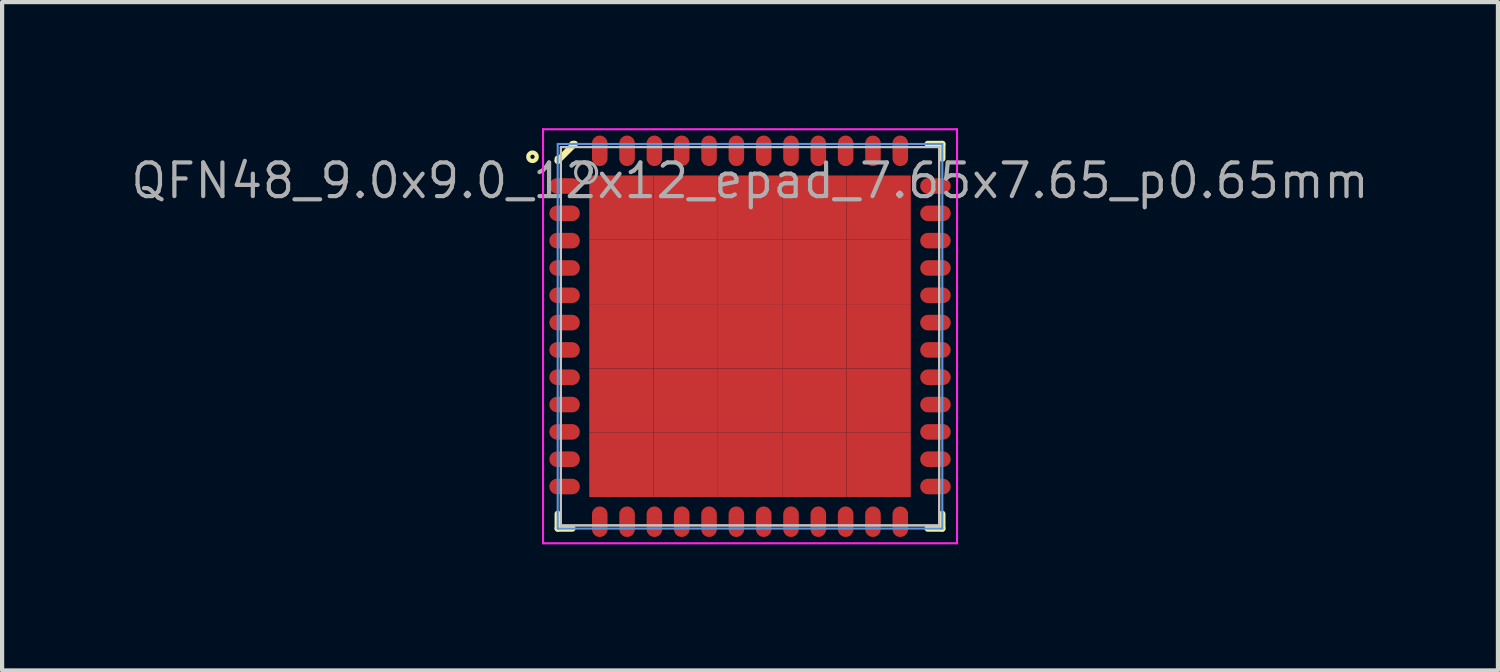
<source format=kicad_pcb>
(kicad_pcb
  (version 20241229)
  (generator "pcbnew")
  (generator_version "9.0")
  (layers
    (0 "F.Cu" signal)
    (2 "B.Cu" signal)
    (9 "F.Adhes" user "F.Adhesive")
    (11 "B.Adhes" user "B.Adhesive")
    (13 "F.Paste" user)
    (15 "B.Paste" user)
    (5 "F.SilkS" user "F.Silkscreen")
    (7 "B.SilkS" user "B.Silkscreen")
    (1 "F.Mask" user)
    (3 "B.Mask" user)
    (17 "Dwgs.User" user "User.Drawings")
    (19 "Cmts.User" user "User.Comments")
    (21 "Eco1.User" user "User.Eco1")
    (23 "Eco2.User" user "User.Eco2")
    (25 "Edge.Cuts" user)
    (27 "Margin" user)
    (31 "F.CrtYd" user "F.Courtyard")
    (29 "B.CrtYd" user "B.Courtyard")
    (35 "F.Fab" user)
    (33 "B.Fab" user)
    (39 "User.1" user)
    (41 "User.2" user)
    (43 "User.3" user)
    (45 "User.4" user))
  (footprint "QFN48_9.0x9.0_12x12_epad_7.65x7.65_p0.65mm"
    (layer "F.Cu")
    (at 14.794 4.95)
    (property "Reference" "QFN48_9.0x9.0_12x12_epad_7.65x7.65_p0.65mm" (at 0 -3.7 0) (layer "F.Fab") (effects (font (size 0.8 0.8) (thickness 0.1))))
    (attr through_hole)
    (fp_line (start -4.575 -4.175) (end -4.575 -4.225) (stroke (width 0.15) (type solid)) (layer "F.SilkS"))
    (fp_line (start -4.575 -4.175) (end -4.175 -4.575) (stroke (width 0.15) (type solid)) (layer "F.SilkS"))
    (fp_line (start -4.575 4.575) (end -4.575 4.225) (stroke (width 0.15) (type solid)) (layer "F.SilkS"))
    (fp_line (start -4.575 4.575) (end -4.225 4.575) (stroke (width 0.15) (type solid)) (layer "F.SilkS"))
    (fp_line (start -4.225 -4.575) (end -4.175 -4.575) (stroke (width 0.15) (type solid)) (layer "F.SilkS"))
    (fp_line (start 4.575 -4.575) (end 4.225 -4.575) (stroke (width 0.15) (type solid)) (layer "F.SilkS"))
    (fp_line (start 4.575 -4.575) (end 4.575 -4.225) (stroke (width 0.15) (type solid)) (layer "F.SilkS"))
    (fp_line (start 4.575 4.575) (end 4.225 4.575) (stroke (width 0.15) (type solid)) (layer "F.SilkS"))
    (fp_line (start 4.575 4.575) (end 4.575 4.225) (stroke (width 0.15) (type solid)) (layer "F.SilkS"))
    (fp_circle (center -5.175 -4.27) (end -5.104 -4.199) (stroke (width 0.1) (type solid)) (fill no) (layer "F.SilkS"))
    (fp_line (start -4.5 -4.5) (end -4.5 4.5) (stroke (width 0.05) (type solid)) (layer "Dwgs.User"))
    (fp_line (start -4.5 -4.5) (end 4.5 -4.5) (stroke (width 0.05) (type solid)) (layer "Dwgs.User"))
    (fp_line (start -4.5 4.5) (end 4.5 4.5) (stroke (width 0.05) (type solid)) (layer "Dwgs.User"))
    (fp_line (start 4.5 -4.5) (end 4.5 4.5) (stroke (width 0.05) (type solid)) (layer "Dwgs.User"))
    (fp_line (start -4.575 -4.575) (end -4.575 4.575) (stroke (width 0.05) (type solid)) (layer "Cmts.User"))
    (fp_line (start -4.575 -4.575) (end 4.575 -4.575) (stroke (width 0.05) (type solid)) (layer "Cmts.User"))
    (fp_line (start -4.575 4.575) (end 4.575 4.575) (stroke (width 0.05) (type solid)) (layer "Cmts.User"))
    (fp_line (start 4.575 -4.575) (end 4.575 4.575) (stroke (width 0.05) (type solid)) (layer "Cmts.User"))
    (fp_line (start -4.425 -4.425) (end -4.425 4.425) (stroke (width 0.05) (type solid)) (layer "Eco1.User"))
    (fp_line (start -4.425 -4.425) (end 4.425 -4.425) (stroke (width 0.05) (type solid)) (layer "Eco1.User"))
    (fp_line (start -4.425 4.425) (end 4.425 4.425) (stroke (width 0.05) (type solid)) (layer "Eco1.User"))
    (fp_line (start 4.425 -4.425) (end 4.425 4.425) (stroke (width 0.05) (type solid)) (layer "Eco1.User"))
    (fp_line (start -4.925 -4.925) (end -4.925 4.925) (stroke (width 0.05) (type solid)) (layer "F.CrtYd"))
    (fp_line (start -4.925 -4.925) (end 4.925 -4.925) (stroke (width 0.05) (type solid)) (layer "F.CrtYd"))
    (fp_line (start -4.925 4.925) (end 4.925 4.925) (stroke (width 0.05) (type solid)) (layer "F.CrtYd"))
    (fp_line (start 4.925 -4.925) (end 4.925 4.925) (stroke (width 0.05) (type solid)) (layer "F.CrtYd"))
    (fp_line (start -4.5 -4.5) (end -4.5 4.5) (stroke (width 0.05) (type solid)) (layer "F.Fab"))
    (fp_line (start -4.5 -4.5) (end 4.5 -4.5) (stroke (width 0.05) (type solid)) (layer "F.Fab"))
    (fp_line (start -4.5 4.5) (end 4.5 4.5) (stroke (width 0.05) (type solid)) (layer "F.Fab"))
    (fp_line (start 4.5 -4.5) (end 4.5 4.5) (stroke (width 0.05) (type solid)) (layer "F.Fab"))
    (fp_circle (center -3.9 -3.9) (end -3.723 -3.723) (stroke (width 0.075) (type solid)) (fill no) (layer "F.Fab"))
    (pad "1" smd oval (at -4.412 -3.575 180) (size 0.725 0.37) (layers "F.Cu" "F.Mask" "F.Paste"))
    (pad "2" smd oval (at -4.412 -2.925 180) (size 0.725 0.37) (layers "F.Cu" "F.Mask" "F.Paste"))
    (pad "3" smd oval (at -4.412 -2.275 180) (size 0.725 0.37) (layers "F.Cu" "F.Mask" "F.Paste"))
    (pad "4" smd oval (at -4.412 -1.625 180) (size 0.725 0.37) (layers "F.Cu" "F.Mask" "F.Paste"))
    (pad "5" smd oval (at -4.412 -0.975 180) (size 0.725 0.37) (layers "F.Cu" "F.Mask" "F.Paste"))
    (pad "6" smd oval (at -4.412 -0.325 180) (size 0.725 0.37) (layers "F.Cu" "F.Mask" "F.Paste"))
    (pad "7" smd oval (at -4.412 0.325 180) (size 0.725 0.37) (layers "F.Cu" "F.Mask" "F.Paste"))
    (pad "8" smd oval (at -4.412 0.975 180) (size 0.725 0.37) (layers "F.Cu" "F.Mask" "F.Paste"))
    (pad "9" smd oval (at -4.412 1.625 180) (size 0.725 0.37) (layers "F.Cu" "F.Mask" "F.Paste"))
    (pad "10" smd oval (at -4.412 2.275 180) (size 0.725 0.37) (layers "F.Cu" "F.Mask" "F.Paste"))
    (pad "11" smd oval (at -4.412 2.925 180) (size 0.725 0.37) (layers "F.Cu" "F.Mask" "F.Paste"))
    (pad "12" smd oval (at -4.412 3.575 180) (size 0.725 0.37) (layers "F.Cu" "F.Mask" "F.Paste"))
    (pad "13" smd oval (at -3.575 4.412 270) (size 0.725 0.37) (layers "F.Cu" "F.Mask" "F.Paste"))
    (pad "14" smd oval (at -2.925 4.412 270) (size 0.725 0.37) (layers "F.Cu" "F.Mask" "F.Paste"))
    (pad "15" smd oval (at -2.275 4.412 270) (size 0.725 0.37) (layers "F.Cu" "F.Mask" "F.Paste"))
    (pad "16" smd oval (at -1.625 4.412 270) (size 0.725 0.37) (layers "F.Cu" "F.Mask" "F.Paste"))
    (pad "17" smd oval (at -0.975 4.412 270) (size 0.725 0.37) (layers "F.Cu" "F.Mask" "F.Paste"))
    (pad "18" smd oval (at -0.325 4.412 270) (size 0.725 0.37) (layers "F.Cu" "F.Mask" "F.Paste"))
    (pad "19" smd oval (at 0.325 4.412 270) (size 0.725 0.37) (layers "F.Cu" "F.Mask" "F.Paste"))
    (pad "20" smd oval (at 0.975 4.412 270) (size 0.725 0.37) (layers "F.Cu" "F.Mask" "F.Paste"))
    (pad "21" smd oval (at 1.625 4.412 270) (size 0.725 0.37) (layers "F.Cu" "F.Mask" "F.Paste"))
    (pad "22" smd oval (at 2.275 4.412 270) (size 0.725 0.37) (layers "F.Cu" "F.Mask" "F.Paste"))
    (pad "23" smd oval (at 2.925 4.412 270) (size 0.725 0.37) (layers "F.Cu" "F.Mask" "F.Paste"))
    (pad "24" smd oval (at 3.575 4.412 270) (size 0.725 0.37) (layers "F.Cu" "F.Mask" "F.Paste"))
    (pad "25" smd oval (at 4.412 3.575) (size 0.725 0.37) (layers "F.Cu" "F.Mask" "F.Paste"))
    (pad "26" smd oval (at 4.412 2.925) (size 0.725 0.37) (layers "F.Cu" "F.Mask" "F.Paste"))
    (pad "27" smd oval (at 4.412 2.275) (size 0.725 0.37) (layers "F.Cu" "F.Mask" "F.Paste"))
    (pad "28" smd oval (at 4.412 1.625) (size 0.725 0.37) (layers "F.Cu" "F.Mask" "F.Paste"))
    (pad "29" smd oval (at 4.412 0.975) (size 0.725 0.37) (layers "F.Cu" "F.Mask" "F.Paste"))
    (pad "30" smd oval (at 4.412 0.325) (size 0.725 0.37) (layers "F.Cu" "F.Mask" "F.Paste"))
    (pad "31" smd oval (at 4.412 -0.325) (size 0.725 0.37) (layers "F.Cu" "F.Mask" "F.Paste"))
    (pad "32" smd oval (at 4.412 -0.975) (size 0.725 0.37) (layers "F.Cu" "F.Mask" "F.Paste"))
    (pad "33" smd oval (at 4.412 -1.625) (size 0.725 0.37) (layers "F.Cu" "F.Mask" "F.Paste"))
    (pad "34" smd oval (at 4.412 -2.275) (size 0.725 0.37) (layers "F.Cu" "F.Mask" "F.Paste"))
    (pad "35" smd oval (at 4.412 -2.925) (size 0.725 0.37) (layers "F.Cu" "F.Mask" "F.Paste"))
    (pad "36" smd oval (at 4.412 -3.575) (size 0.725 0.37) (layers "F.Cu" "F.Mask" "F.Paste"))
    (pad "37" smd oval (at 3.575 -4.412 90) (size 0.725 0.37) (layers "F.Cu" "F.Mask" "F.Paste"))
    (pad "38" smd oval (at 2.925 -4.412 90) (size 0.725 0.37) (layers "F.Cu" "F.Mask" "F.Paste"))
    (pad "39" smd oval (at 2.275 -4.412 90) (size 0.725 0.37) (layers "F.Cu" "F.Mask" "F.Paste"))
    (pad "40" smd oval (at 1.625 -4.412 90) (size 0.725 0.37) (layers "F.Cu" "F.Mask" "F.Paste"))
    (pad "41" smd oval (at 0.975 -4.412 90) (size 0.725 0.37) (layers "F.Cu" "F.Mask" "F.Paste"))
    (pad "42" smd oval (at 0.325 -4.412 90) (size 0.725 0.37) (layers "F.Cu" "F.Mask" "F.Paste"))
    (pad "43" smd oval (at -0.325 -4.412 90) (size 0.725 0.37) (layers "F.Cu" "F.Mask" "F.Paste"))
    (pad "44" smd oval (at -0.975 -4.412 90) (size 0.725 0.37) (layers "F.Cu" "F.Mask" "F.Paste"))
    (pad "45" smd oval (at -1.625 -4.412 90) (size 0.725 0.37) (layers "F.Cu" "F.Mask" "F.Paste"))
    (pad "46" smd oval (at -2.275 -4.412 90) (size 0.725 0.37) (layers "F.Cu" "F.Mask" "F.Paste"))
    (pad "47" smd oval (at -2.925 -4.412 90) (size 0.725 0.37) (layers "F.Cu" "F.Mask" "F.Paste"))
    (pad "48" smd oval (at -3.575 -4.412 90) (size 0.725 0.37) (layers "F.Cu" "F.Mask" "F.Paste"))
    (pad "49" smd rect (at -3.06 -3.06) (size 1.53 1.53) (layers "F.Cu" "F.Mask" "F.Paste"))
    (pad "49" smd rect (at -3.06 -1.53) (size 1.53 1.53) (layers "F.Cu" "F.Mask" "F.Paste"))
    (pad "49" smd rect (at -3.06 0) (size 1.53 1.53) (layers "F.Cu" "F.Mask" "F.Paste"))
    (pad "49" smd rect (at -3.06 1.53) (size 1.53 1.53) (layers "F.Cu" "F.Mask" "F.Paste"))
    (pad "49" smd rect (at -3.06 3.06) (size 1.53 1.53) (layers "F.Cu" "F.Mask" "F.Paste"))
    (pad "49" smd rect (at -1.53 -3.06) (size 1.53 1.53) (layers "F.Cu" "F.Mask" "F.Paste"))
    (pad "49" smd rect (at -1.53 -1.53) (size 1.53 1.53) (layers "F.Cu" "F.Mask" "F.Paste"))
    (pad "49" smd rect (at -1.53 0) (size 1.53 1.53) (layers "F.Cu" "F.Mask" "F.Paste"))
    (pad "49" smd rect (at -1.53 1.53) (size 1.53 1.53) (layers "F.Cu" "F.Mask" "F.Paste"))
    (pad "49" smd rect (at -1.53 3.06) (size 1.53 1.53) (layers "F.Cu" "F.Mask" "F.Paste"))
    (pad "49" smd rect (at 0 -3.06) (size 1.53 1.53) (layers "F.Cu" "F.Mask" "F.Paste"))
    (pad "49" smd rect (at 0 -1.53) (size 1.53 1.53) (layers "F.Cu" "F.Mask" "F.Paste"))
    (pad "49" smd rect (at 0 0) (size 1.53 1.53) (layers "F.Cu" "F.Mask" "F.Paste"))
    (pad "49" smd rect (at 0 1.53) (size 1.53 1.53) (layers "F.Cu" "F.Mask" "F.Paste"))
    (pad "49" smd rect (at 0 3.06) (size 1.53 1.53) (layers "F.Cu" "F.Mask" "F.Paste"))
    (pad "49" smd rect (at 1.53 -3.06) (size 1.53 1.53) (layers "F.Cu" "F.Mask" "F.Paste"))
    (pad "49" smd rect (at 1.53 -1.53) (size 1.53 1.53) (layers "F.Cu" "F.Mask" "F.Paste"))
    (pad "49" smd rect (at 1.53 0) (size 1.53 1.53) (layers "F.Cu" "F.Mask" "F.Paste"))
    (pad "49" smd rect (at 1.53 1.53) (size 1.53 1.53) (layers "F.Cu" "F.Mask" "F.Paste"))
    (pad "49" smd rect (at 1.53 3.06) (size 1.53 1.53) (layers "F.Cu" "F.Mask" "F.Paste"))
    (pad "49" smd rect (at 3.06 -3.06) (size 1.53 1.53) (layers "F.Cu" "F.Mask" "F.Paste"))
    (pad "49" smd rect (at 3.06 -1.53) (size 1.53 1.53) (layers "F.Cu" "F.Mask" "F.Paste"))
    (pad "49" smd rect (at 3.06 0) (size 1.53 1.53) (layers "F.Cu" "F.Mask" "F.Paste"))
    (pad "49" smd rect (at 3.06 1.53) (size 1.53 1.53) (layers "F.Cu" "F.Mask" "F.Paste"))
    (pad "49" smd rect (at 3.06 3.06) (size 1.53 1.53) (layers "F.Cu" "F.Mask" "F.Paste")))
  (gr_rect
    (start -3 -3)
    (end 32.588 12.9)
    (stroke (width 0.1) (type default))
    (fill no)
    (layer "Edge.Cuts")))
</source>
